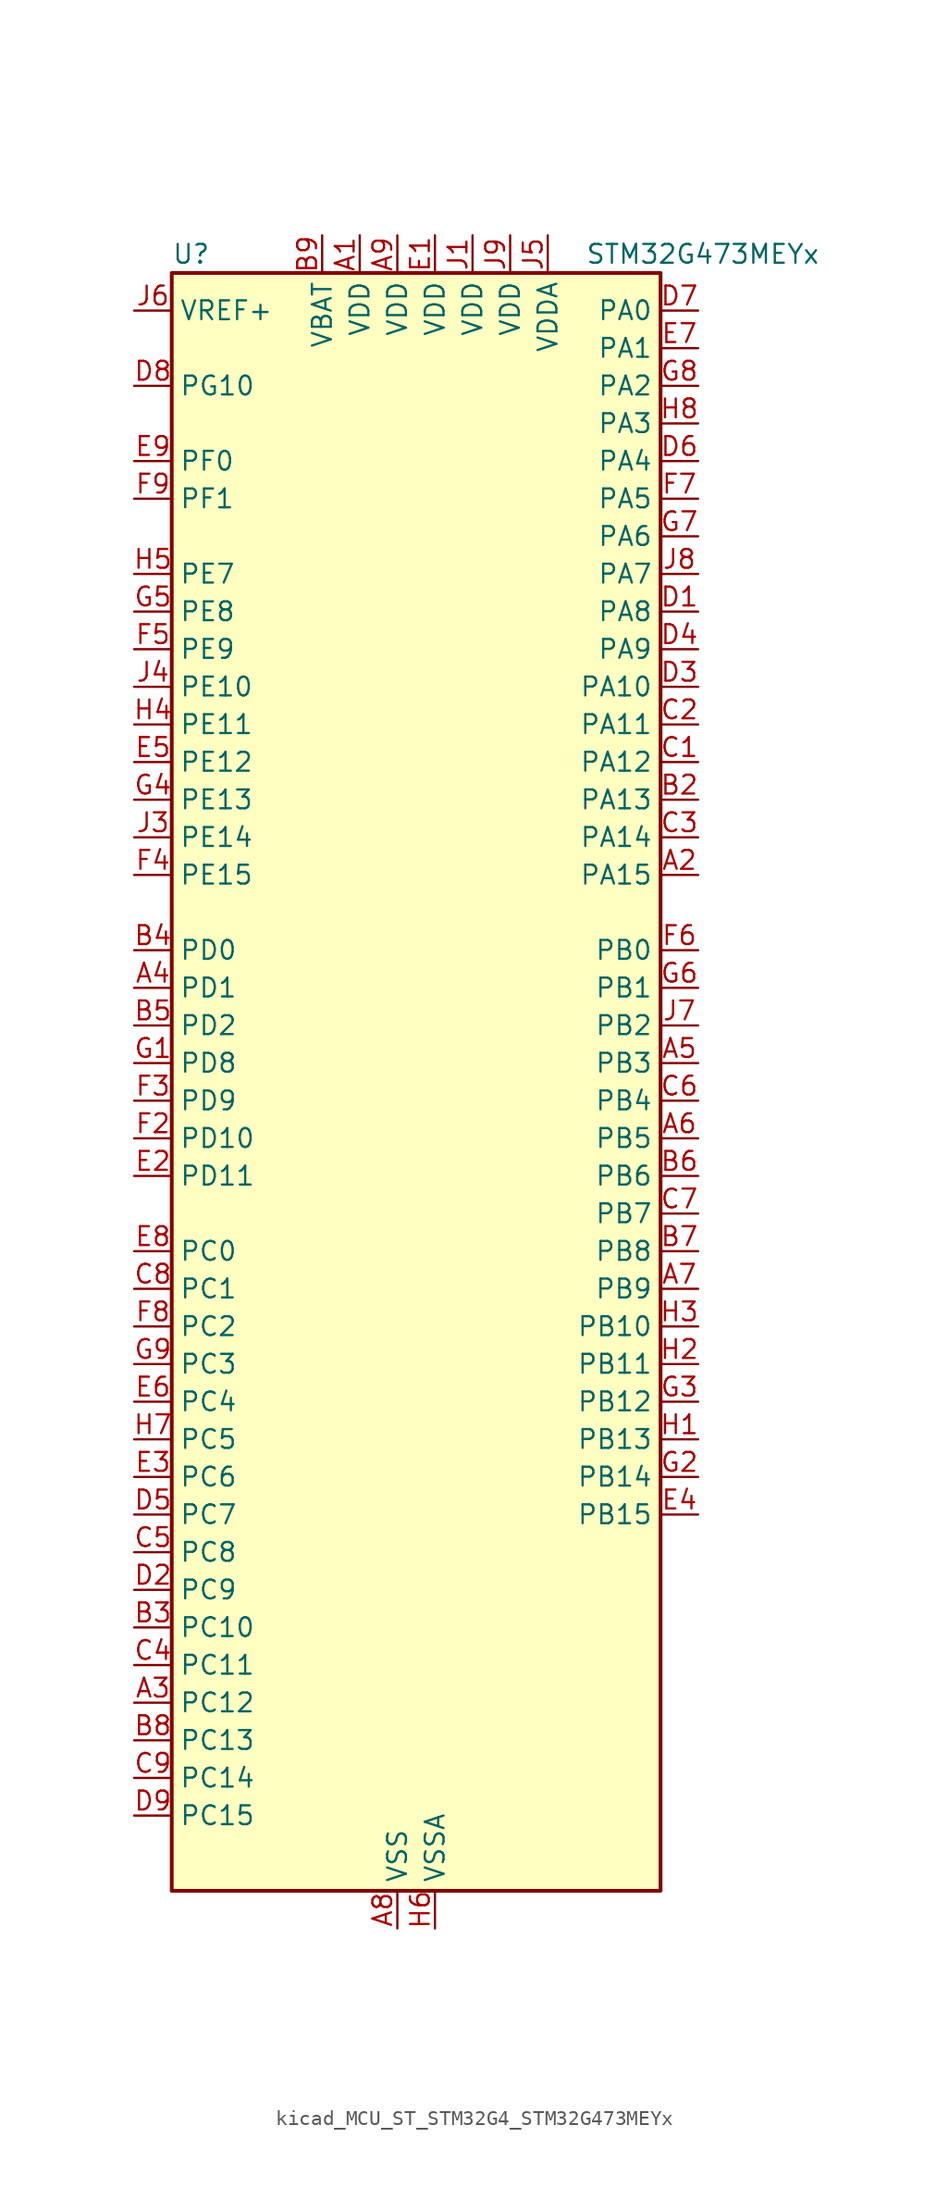
<source format=kicad_sym>
(kicad_symbol_lib
  (version 20220914)
  (generator kicad_symbol_editor)
  (symbol "kicad_MCU_ST_STM32G4_STM32G473MEYx"
    (property "Reference" "U"
      (at -15.24 57.15 0)
      (effects (font (size 1.27 1.27)) (justify left)))
    (property "Value" "STM32G473MEYx"
      (at 12.7 57.15 0)
      (effects (font (size 1.27 1.27)) (justify left)))
    (property "ki_locked" ""
      (at 0 0 0)
      (effects (font (size 1.27 1.27))))
    (symbol "kicad_MCU_ST_STM32G4_STM32G473MEYx_0_1"
      (rectangle (start -15.24 -53.34) (end 17.78 55.88) (stroke (width 0.254) (type default)) (fill (type background))))
    (symbol "kicad_MCU_ST_STM32G4_STM32G473MEYx_1_1"
      (pin power_in line (at -2.54 58.42 270) (length 2.54) (name "VDD" (effects (font (size 1.27 1.27)))) (number "A1" (effects (font (size 1.27 1.27)))))
      (pin bidirectional line (at 20.32 15.24 180) (length 2.54) (name "PA15" (effects (font (size 1.27 1.27)))) (number "A2" (effects (font (size 1.27 1.27)))) (alternate "ADC1_EXTI15" bidirectional line) (alternate "ADC2_EXTI15" bidirectional line) (alternate "FDCAN3_TX" bidirectional line) (alternate "I2C1_SCL" bidirectional line) (alternate "I2S3_WS" bidirectional line) (alternate "SPI1_NSS" bidirectional line) (alternate "SPI3_NSS" bidirectional line) (alternate "SYS_JTDI" bidirectional line) (alternate "TIM1_BKIN" bidirectional line) (alternate "TIM2_CH1" bidirectional line) (alternate "TIM2_ETR" bidirectional line) (alternate "TIM8_CH1" bidirectional line) (alternate "UART4_DE" bidirectional line) (alternate "UART4_RTS" bidirectional line) (alternate "USART2_RX" bidirectional line))
      (pin bidirectional line (at -17.78 -40.64 0) (length 2.54) (name "PC12" (effects (font (size 1.27 1.27)))) (number "A3" (effects (font (size 1.27 1.27)))) (alternate "I2S3_SD" bidirectional line) (alternate "SPI3_MOSI" bidirectional line) (alternate "TIM5_CH2" bidirectional line) (alternate "TIM8_CH3N" bidirectional line) (alternate "UART5_TX" bidirectional line) (alternate "UCPD1_FRSTX1" bidirectional line) (alternate "UCPD1_FRSTX2" bidirectional line) (alternate "USART3_CK" bidirectional line))
      (pin bidirectional line (at -17.78 7.62 0) (length 2.54) (name "PD1" (effects (font (size 1.27 1.27)))) (number "A4" (effects (font (size 1.27 1.27)))) (alternate "FDCAN1_TX" bidirectional line) (alternate "TIM8_BKIN2" bidirectional line) (alternate "TIM8_CH4" bidirectional line))
      (pin bidirectional line (at 20.32 2.54 180) (length 2.54) (name "PB3" (effects (font (size 1.27 1.27)))) (number "A5" (effects (font (size 1.27 1.27)))) (alternate "ADC3_EXTI3" bidirectional line) (alternate "ADC4_EXTI3" bidirectional line) (alternate "ADC5_EXTI3" bidirectional line) (alternate "CRS_SYNC" bidirectional line) (alternate "FDCAN3_RX" bidirectional line) (alternate "I2S3_CK" bidirectional line) (alternate "SAI1_SCK_B" bidirectional line) (alternate "SPI1_SCK" bidirectional line) (alternate "SPI3_SCK" bidirectional line) (alternate "SYS_JTDO-SWO" bidirectional line) (alternate "TIM2_CH2" bidirectional line) (alternate "TIM3_ETR" bidirectional line) (alternate "TIM4_ETR" bidirectional line) (alternate "TIM8_CH1N" bidirectional line) (alternate "USART2_TX" bidirectional line))
      (pin bidirectional line (at 20.32 -2.54 180) (length 2.54) (name "PB5" (effects (font (size 1.27 1.27)))) (number "A6" (effects (font (size 1.27 1.27)))) (alternate "FDCAN2_RX" bidirectional line) (alternate "I2C1_SMBA" bidirectional line) (alternate "I2C3_SDA" bidirectional line) (alternate "I2S3_SD" bidirectional line) (alternate "LPTIM1_IN1" bidirectional line) (alternate "SAI1_SD_B" bidirectional line) (alternate "SPI1_MOSI" bidirectional line) (alternate "SPI3_MOSI" bidirectional line) (alternate "TIM16_BKIN" bidirectional line) (alternate "TIM17_CH1" bidirectional line) (alternate "TIM3_CH2" bidirectional line) (alternate "TIM8_CH3N" bidirectional line) (alternate "UART5_CTS" bidirectional line) (alternate "USART2_CK" bidirectional line))
      (pin bidirectional line (at 20.32 -12.7 180) (length 2.54) (name "PB9" (effects (font (size 1.27 1.27)))) (number "A7" (effects (font (size 1.27 1.27)))) (alternate "COMP2_OUT" bidirectional line) (alternate "DAC1_EXTI9" bidirectional line) (alternate "DAC2_EXTI9" bidirectional line) (alternate "DAC3_EXTI9" bidirectional line) (alternate "DAC4_EXTI9" bidirectional line) (alternate "FDCAN1_TX" bidirectional line) (alternate "I2C1_SDA" bidirectional line) (alternate "IR_OUT" bidirectional line) (alternate "SAI1_D2" bidirectional line) (alternate "SAI1_FS_A" bidirectional line) (alternate "TIM17_CH1" bidirectional line) (alternate "TIM1_CH3N" bidirectional line) (alternate "TIM4_CH4" bidirectional line) (alternate "TIM8_CH3" bidirectional line) (alternate "USART3_TX" bidirectional line))
      (pin power_in line (at 0 -55.88 90) (length 2.54) (name "VSS" (effects (font (size 1.27 1.27)))) (number "A8" (effects (font (size 1.27 1.27)))))
      (pin power_in line (at 0 58.42 270) (length 2.54) (name "VDD" (effects (font (size 1.27 1.27)))) (number "A9" (effects (font (size 1.27 1.27)))))
      (pin passive line (at 0 -55.88 90) (length 2.54) hide (name "VSS" (effects (font (size 1.27 1.27)))) (number "B1" (effects (font (size 1.27 1.27)))))
      (pin bidirectional line (at 20.32 20.32 180) (length 2.54) (name "PA13" (effects (font (size 1.27 1.27)))) (number "B2" (effects (font (size 1.27 1.27)))) (alternate "I2C1_SCL" bidirectional line) (alternate "I2C4_SCL" bidirectional line) (alternate "IR_OUT" bidirectional line) (alternate "SAI1_SD_B" bidirectional line) (alternate "SYS_JTMS-SWDIO" bidirectional line) (alternate "TIM16_CH1N" bidirectional line) (alternate "TIM4_CH3" bidirectional line) (alternate "USART3_CTS" bidirectional line) (alternate "USART3_NSS" bidirectional line))
      (pin bidirectional line (at -17.78 -35.56 0) (length 2.54) (name "PC10" (effects (font (size 1.27 1.27)))) (number "B3" (effects (font (size 1.27 1.27)))) (alternate "DAC1_EXTI10" bidirectional line) (alternate "DAC2_EXTI10" bidirectional line) (alternate "DAC3_EXTI10" bidirectional line) (alternate "DAC4_EXTI10" bidirectional line) (alternate "I2S3_CK" bidirectional line) (alternate "SPI3_SCK" bidirectional line) (alternate "TIM8_CH1N" bidirectional line) (alternate "UART4_TX" bidirectional line) (alternate "USART3_TX" bidirectional line))
      (pin bidirectional line (at -17.78 10.16 0) (length 2.54) (name "PD0" (effects (font (size 1.27 1.27)))) (number "B4" (effects (font (size 1.27 1.27)))) (alternate "FDCAN1_RX" bidirectional line) (alternate "TIM8_CH4N" bidirectional line))
      (pin bidirectional line (at -17.78 5.08 0) (length 2.54) (name "PD2" (effects (font (size 1.27 1.27)))) (number "B5" (effects (font (size 1.27 1.27)))) (alternate "ADC3_EXTI2" bidirectional line) (alternate "ADC4_EXTI2" bidirectional line) (alternate "ADC5_EXTI2" bidirectional line) (alternate "TIM3_ETR" bidirectional line) (alternate "TIM8_BKIN" bidirectional line) (alternate "UART5_RX" bidirectional line))
      (pin bidirectional line (at 20.32 -5.08 180) (length 2.54) (name "PB6" (effects (font (size 1.27 1.27)))) (number "B6" (effects (font (size 1.27 1.27)))) (alternate "COMP4_OUT" bidirectional line) (alternate "FDCAN2_TX" bidirectional line) (alternate "LPTIM1_ETR" bidirectional line) (alternate "SAI1_FS_B" bidirectional line) (alternate "TIM16_CH1N" bidirectional line) (alternate "TIM4_CH1" bidirectional line) (alternate "TIM8_BKIN2" bidirectional line) (alternate "TIM8_CH1" bidirectional line) (alternate "TIM8_ETR" bidirectional line) (alternate "UCPD1_CC1" bidirectional line) (alternate "USART1_TX" bidirectional line))
      (pin bidirectional line (at 20.32 -10.16 180) (length 2.54) (name "PB8" (effects (font (size 1.27 1.27)))) (number "B7" (effects (font (size 1.27 1.27)))) (alternate "COMP1_OUT" bidirectional line) (alternate "FDCAN1_RX" bidirectional line) (alternate "I2C1_SCL" bidirectional line) (alternate "SAI1_CK1" bidirectional line) (alternate "SAI1_MCLK_A" bidirectional line) (alternate "TIM16_CH1" bidirectional line) (alternate "TIM1_BKIN" bidirectional line) (alternate "TIM4_CH3" bidirectional line) (alternate "TIM8_CH2" bidirectional line) (alternate "USART3_RX" bidirectional line))
      (pin bidirectional line (at -17.78 -43.18 0) (length 2.54) (name "PC13" (effects (font (size 1.27 1.27)))) (number "B8" (effects (font (size 1.27 1.27)))) (alternate "RTC_OUT1" bidirectional line) (alternate "RTC_TAMP1" bidirectional line) (alternate "RTC_TS" bidirectional line) (alternate "SYS_WKUP2" bidirectional line) (alternate "TIM1_BKIN" bidirectional line) (alternate "TIM1_CH1N" bidirectional line) (alternate "TIM8_CH4N" bidirectional line))
      (pin power_in line (at -5.08 58.42 270) (length 2.54) (name "VBAT" (effects (font (size 1.27 1.27)))) (number "B9" (effects (font (size 1.27 1.27)))))
      (pin bidirectional line (at 20.32 22.86 180) (length 2.54) (name "PA12" (effects (font (size 1.27 1.27)))) (number "C1" (effects (font (size 1.27 1.27)))) (alternate "COMP2_OUT" bidirectional line) (alternate "FDCAN1_TX" bidirectional line) (alternate "I2S_CKIN" bidirectional line) (alternate "TIM16_CH1" bidirectional line) (alternate "TIM1_CH2N" bidirectional line) (alternate "TIM1_ETR" bidirectional line) (alternate "TIM4_CH2" bidirectional line) (alternate "USART1_DE" bidirectional line) (alternate "USART1_RTS" bidirectional line) (alternate "USB_DP" bidirectional line))
      (pin bidirectional line (at 20.32 25.4 180) (length 2.54) (name "PA11" (effects (font (size 1.27 1.27)))) (number "C2" (effects (font (size 1.27 1.27)))) (alternate "ADC1_EXTI11" bidirectional line) (alternate "ADC2_EXTI11" bidirectional line) (alternate "COMP1_OUT" bidirectional line) (alternate "FDCAN1_RX" bidirectional line) (alternate "I2S2_SD" bidirectional line) (alternate "SPI2_MOSI" bidirectional line) (alternate "TIM1_BKIN2" bidirectional line) (alternate "TIM1_CH1N" bidirectional line) (alternate "TIM1_CH4" bidirectional line) (alternate "TIM4_CH1" bidirectional line) (alternate "USART1_CTS" bidirectional line) (alternate "USART1_NSS" bidirectional line) (alternate "USB_DM" bidirectional line))
      (pin bidirectional line (at 20.32 17.78 180) (length 2.54) (name "PA14" (effects (font (size 1.27 1.27)))) (number "C3" (effects (font (size 1.27 1.27)))) (alternate "I2C1_SDA" bidirectional line) (alternate "I2C4_SMBA" bidirectional line) (alternate "LPTIM1_OUT" bidirectional line) (alternate "SAI1_FS_B" bidirectional line) (alternate "SYS_JTCK-SWCLK" bidirectional line) (alternate "TIM1_BKIN" bidirectional line) (alternate "TIM8_CH2" bidirectional line) (alternate "USART2_TX" bidirectional line))
      (pin bidirectional line (at -17.78 -38.1 0) (length 2.54) (name "PC11" (effects (font (size 1.27 1.27)))) (number "C4" (effects (font (size 1.27 1.27)))) (alternate "ADC1_EXTI11" bidirectional line) (alternate "ADC2_EXTI11" bidirectional line) (alternate "I2C3_SDA" bidirectional line) (alternate "SPI3_MISO" bidirectional line) (alternate "TIM8_CH2N" bidirectional line) (alternate "UART4_RX" bidirectional line) (alternate "USART3_RX" bidirectional line))
      (pin bidirectional line (at -17.78 -30.48 0) (length 2.54) (name "PC8" (effects (font (size 1.27 1.27)))) (number "C5" (effects (font (size 1.27 1.27)))) (alternate "COMP7_OUT" bidirectional line) (alternate "I2C3_SCL" bidirectional line) (alternate "TIM20_CH3" bidirectional line) (alternate "TIM3_CH3" bidirectional line) (alternate "TIM8_CH3" bidirectional line))
      (pin bidirectional line (at 20.32 0 180) (length 2.54) (name "PB4" (effects (font (size 1.27 1.27)))) (number "C6" (effects (font (size 1.27 1.27)))) (alternate "FDCAN3_TX" bidirectional line) (alternate "SAI1_MCLK_B" bidirectional line) (alternate "SPI1_MISO" bidirectional line) (alternate "SPI3_MISO" bidirectional line) (alternate "SYS_JTRST" bidirectional line) (alternate "TIM16_CH1" bidirectional line) (alternate "TIM17_BKIN" bidirectional line) (alternate "TIM3_CH1" bidirectional line) (alternate "TIM8_CH2N" bidirectional line) (alternate "UART5_DE" bidirectional line) (alternate "UART5_RTS" bidirectional line) (alternate "UCPD1_CC2" bidirectional line) (alternate "USART2_RX" bidirectional line))
      (pin bidirectional line (at 20.32 -7.62 180) (length 2.54) (name "PB7" (effects (font (size 1.27 1.27)))) (number "C7" (effects (font (size 1.27 1.27)))) (alternate "COMP3_OUT" bidirectional line) (alternate "I2C1_SDA" bidirectional line) (alternate "I2C4_SDA" bidirectional line) (alternate "LPTIM1_IN2" bidirectional line) (alternate "SYS_PVD_IN" bidirectional line) (alternate "TIM17_CH1N" bidirectional line) (alternate "TIM3_CH4" bidirectional line) (alternate "TIM4_CH2" bidirectional line) (alternate "TIM8_BKIN" bidirectional line) (alternate "UART4_CTS" bidirectional line) (alternate "USART1_RX" bidirectional line))
      (pin bidirectional line (at -17.78 -12.7 0) (length 2.54) (name "PC1" (effects (font (size 1.27 1.27)))) (number "C8" (effects (font (size 1.27 1.27)))) (alternate "ADC1_IN7" bidirectional line) (alternate "ADC2_IN7" bidirectional line) (alternate "COMP3_INP" bidirectional line) (alternate "LPTIM1_OUT" bidirectional line) (alternate "LPUART1_TX" bidirectional line) (alternate "QUADSPI1_BK2_IO0" bidirectional line) (alternate "SAI1_SD_A" bidirectional line) (alternate "TIM1_CH2" bidirectional line))
      (pin bidirectional line (at -17.78 -45.72 0) (length 2.54) (name "PC14" (effects (font (size 1.27 1.27)))) (number "C9" (effects (font (size 1.27 1.27)))) (alternate "RCC_OSC32_IN" bidirectional line))
      (pin bidirectional line (at 20.32 33.02 180) (length 2.54) (name "PA8" (effects (font (size 1.27 1.27)))) (number "D1" (effects (font (size 1.27 1.27)))) (alternate "ADC5_IN1" bidirectional line) (alternate "COMP7_OUT" bidirectional line) (alternate "FDCAN3_RX" bidirectional line) (alternate "I2C2_SDA" bidirectional line) (alternate "I2C3_SCL" bidirectional line) (alternate "I2S2_MCK" bidirectional line) (alternate "OPAMP5_VOUT" bidirectional line) (alternate "RCC_MCO" bidirectional line) (alternate "SAI1_CK2" bidirectional line) (alternate "SAI1_SCK_A" bidirectional line) (alternate "TIM1_CH1" bidirectional line) (alternate "TIM4_ETR" bidirectional line) (alternate "USART1_CK" bidirectional line))
      (pin bidirectional line (at -17.78 -33.02 0) (length 2.54) (name "PC9" (effects (font (size 1.27 1.27)))) (number "D2" (effects (font (size 1.27 1.27)))) (alternate "DAC1_EXTI9" bidirectional line) (alternate "DAC2_EXTI9" bidirectional line) (alternate "DAC3_EXTI9" bidirectional line) (alternate "DAC4_EXTI9" bidirectional line) (alternate "I2C3_SDA" bidirectional line) (alternate "I2S_CKIN" bidirectional line) (alternate "TIM3_CH4" bidirectional line) (alternate "TIM8_BKIN2" bidirectional line) (alternate "TIM8_CH4" bidirectional line))
      (pin bidirectional line (at 20.32 27.94 180) (length 2.54) (name "PA10" (effects (font (size 1.27 1.27)))) (number "D3" (effects (font (size 1.27 1.27)))) (alternate "COMP6_OUT" bidirectional line) (alternate "CRS_SYNC" bidirectional line) (alternate "DAC1_EXTI10" bidirectional line) (alternate "DAC2_EXTI10" bidirectional line) (alternate "DAC3_EXTI10" bidirectional line) (alternate "DAC4_EXTI10" bidirectional line) (alternate "I2C2_SMBA" bidirectional line) (alternate "SAI1_D1" bidirectional line) (alternate "SAI1_SD_A" bidirectional line) (alternate "SPI2_MISO" bidirectional line) (alternate "TIM17_BKIN" bidirectional line) (alternate "TIM1_CH3" bidirectional line) (alternate "TIM2_CH4" bidirectional line) (alternate "TIM8_BKIN" bidirectional line) (alternate "UCPD1_DBCC2" bidirectional line) (alternate "USART1_RX" bidirectional line))
      (pin bidirectional line (at 20.32 30.48 180) (length 2.54) (name "PA9" (effects (font (size 1.27 1.27)))) (number "D4" (effects (font (size 1.27 1.27)))) (alternate "ADC5_IN2" bidirectional line) (alternate "COMP5_OUT" bidirectional line) (alternate "DAC1_EXTI9" bidirectional line) (alternate "DAC2_EXTI9" bidirectional line) (alternate "DAC3_EXTI9" bidirectional line) (alternate "DAC4_EXTI9" bidirectional line) (alternate "I2C2_SCL" bidirectional line) (alternate "I2C3_SMBA" bidirectional line) (alternate "I2S3_MCK" bidirectional line) (alternate "SAI1_FS_A" bidirectional line) (alternate "TIM15_BKIN" bidirectional line) (alternate "TIM1_CH2" bidirectional line) (alternate "TIM2_CH3" bidirectional line) (alternate "UCPD1_DBCC1" bidirectional line) (alternate "USART1_TX" bidirectional line))
      (pin bidirectional line (at -17.78 -27.94 0) (length 2.54) (name "PC7" (effects (font (size 1.27 1.27)))) (number "D5" (effects (font (size 1.27 1.27)))) (alternate "COMP5_OUT" bidirectional line) (alternate "I2C4_SDA" bidirectional line) (alternate "I2S3_MCK" bidirectional line) (alternate "TIM3_CH2" bidirectional line) (alternate "TIM8_CH2" bidirectional line))
      (pin bidirectional line (at 20.32 43.18 180) (length 2.54) (name "PA4" (effects (font (size 1.27 1.27)))) (number "D6" (effects (font (size 1.27 1.27)))) (alternate "ADC2_IN17" bidirectional line) (alternate "COMP1_INM" bidirectional line) (alternate "DAC1_OUT1" bidirectional line) (alternate "I2S3_WS" bidirectional line) (alternate "SAI1_FS_B" bidirectional line) (alternate "SPI1_NSS" bidirectional line) (alternate "SPI3_NSS" bidirectional line) (alternate "TIM3_CH2" bidirectional line) (alternate "USART2_CK" bidirectional line))
      (pin bidirectional line (at 20.32 53.34 180) (length 2.54) (name "PA0" (effects (font (size 1.27 1.27)))) (number "D7" (effects (font (size 1.27 1.27)))) (alternate "ADC1_IN1" bidirectional line) (alternate "ADC2_IN1" bidirectional line) (alternate "COMP1_INM" bidirectional line) (alternate "COMP1_OUT" bidirectional line) (alternate "COMP3_INP" bidirectional line) (alternate "RTC_TAMP2" bidirectional line) (alternate "SYS_WKUP1" bidirectional line) (alternate "TIM2_CH1" bidirectional line) (alternate "TIM2_ETR" bidirectional line) (alternate "TIM5_CH1" bidirectional line) (alternate "TIM8_BKIN" bidirectional line) (alternate "TIM8_ETR" bidirectional line) (alternate "USART2_CTS" bidirectional line) (alternate "USART2_NSS" bidirectional line))
      (pin bidirectional line (at -17.78 48.26 0) (length 2.54) (name "PG10" (effects (font (size 1.27 1.27)))) (number "D8" (effects (font (size 1.27 1.27)))) (alternate "DAC1_EXTI10" bidirectional line) (alternate "DAC2_EXTI10" bidirectional line) (alternate "DAC3_EXTI10" bidirectional line) (alternate "DAC4_EXTI10" bidirectional line) (alternate "RCC_MCO" bidirectional line))
      (pin bidirectional line (at -17.78 -48.26 0) (length 2.54) (name "PC15" (effects (font (size 1.27 1.27)))) (number "D9" (effects (font (size 1.27 1.27)))) (alternate "ADC1_EXTI15" bidirectional line) (alternate "ADC2_EXTI15" bidirectional line) (alternate "RCC_OSC32_OUT" bidirectional line))
      (pin power_in line (at 2.54 58.42 270) (length 2.54) (name "VDD" (effects (font (size 1.27 1.27)))) (number "E1" (effects (font (size 1.27 1.27)))))
      (pin bidirectional line (at -17.78 -5.08 0) (length 2.54) (name "PD11" (effects (font (size 1.27 1.27)))) (number "E2" (effects (font (size 1.27 1.27)))) (alternate "ADC1_EXTI11" bidirectional line) (alternate "ADC2_EXTI11" bidirectional line) (alternate "ADC3_IN8" bidirectional line) (alternate "ADC4_IN8" bidirectional line) (alternate "ADC5_IN8" bidirectional line) (alternate "COMP6_INP" bidirectional line) (alternate "I2C4_SMBA" bidirectional line) (alternate "OPAMP4_VINP" bidirectional line) (alternate "OPAMP4_VINP_SEC" bidirectional line) (alternate "TIM5_ETR" bidirectional line) (alternate "USART3_CTS" bidirectional line) (alternate "USART3_NSS" bidirectional line))
      (pin bidirectional line (at -17.78 -25.4 0) (length 2.54) (name "PC6" (effects (font (size 1.27 1.27)))) (number "E3" (effects (font (size 1.27 1.27)))) (alternate "COMP6_OUT" bidirectional line) (alternate "I2C4_SCL" bidirectional line) (alternate "I2S2_MCK" bidirectional line) (alternate "TIM3_CH1" bidirectional line) (alternate "TIM8_CH1" bidirectional line))
      (pin bidirectional line (at 20.32 -27.94 180) (length 2.54) (name "PB15" (effects (font (size 1.27 1.27)))) (number "E4" (effects (font (size 1.27 1.27)))) (alternate "ADC1_EXTI15" bidirectional line) (alternate "ADC2_EXTI15" bidirectional line) (alternate "ADC2_IN15" bidirectional line) (alternate "ADC4_IN5" bidirectional line) (alternate "COMP3_OUT" bidirectional line) (alternate "COMP6_INM" bidirectional line) (alternate "I2S2_SD" bidirectional line) (alternate "OPAMP5_VINM" bidirectional line) (alternate "OPAMP5_VINM0" bidirectional line) (alternate "OPAMP5_VINM_SEC" bidirectional line) (alternate "RTC_REFIN" bidirectional line) (alternate "SPI2_MOSI" bidirectional line) (alternate "TIM15_CH1N" bidirectional line) (alternate "TIM15_CH2" bidirectional line) (alternate "TIM1_CH3N" bidirectional line))
      (pin bidirectional line (at -17.78 22.86 0) (length 2.54) (name "PE12" (effects (font (size 1.27 1.27)))) (number "E5" (effects (font (size 1.27 1.27)))) (alternate "ADC3_IN16" bidirectional line) (alternate "ADC4_IN16" bidirectional line) (alternate "ADC5_IN16" bidirectional line) (alternate "QUADSPI1_BK1_IO0" bidirectional line) (alternate "SPI4_SCK" bidirectional line) (alternate "TIM1_CH3N" bidirectional line))
      (pin bidirectional line (at -17.78 -20.32 0) (length 2.54) (name "PC4" (effects (font (size 1.27 1.27)))) (number "E6" (effects (font (size 1.27 1.27)))) (alternate "ADC2_IN5" bidirectional line) (alternate "I2C2_SCL" bidirectional line) (alternate "QUADSPI1_BK2_IO3" bidirectional line) (alternate "TIM1_ETR" bidirectional line) (alternate "USART1_TX" bidirectional line))
      (pin bidirectional line (at 20.32 50.8 180) (length 2.54) (name "PA1" (effects (font (size 1.27 1.27)))) (number "E7" (effects (font (size 1.27 1.27)))) (alternate "ADC1_IN2" bidirectional line) (alternate "ADC2_IN2" bidirectional line) (alternate "COMP1_INP" bidirectional line) (alternate "OPAMP1_VINP" bidirectional line) (alternate "OPAMP1_VINP_SEC" bidirectional line) (alternate "OPAMP3_VINP" bidirectional line) (alternate "OPAMP3_VINP_SEC" bidirectional line) (alternate "OPAMP6_VINM" bidirectional line) (alternate "OPAMP6_VINM0" bidirectional line) (alternate "OPAMP6_VINM_SEC" bidirectional line) (alternate "RTC_REFIN" bidirectional line) (alternate "TIM15_CH1N" bidirectional line) (alternate "TIM2_CH2" bidirectional line) (alternate "TIM5_CH2" bidirectional line) (alternate "USART2_DE" bidirectional line) (alternate "USART2_RTS" bidirectional line))
      (pin bidirectional line (at -17.78 -10.16 0) (length 2.54) (name "PC0" (effects (font (size 1.27 1.27)))) (number "E8" (effects (font (size 1.27 1.27)))) (alternate "ADC1_IN6" bidirectional line) (alternate "ADC2_IN6" bidirectional line) (alternate "COMP3_INM" bidirectional line) (alternate "LPTIM1_IN1" bidirectional line) (alternate "LPUART1_RX" bidirectional line) (alternate "TIM1_CH1" bidirectional line))
      (pin bidirectional line (at -17.78 43.18 0) (length 2.54) (name "PF0" (effects (font (size 1.27 1.27)))) (number "E9" (effects (font (size 1.27 1.27)))) (alternate "ADC1_IN10" bidirectional line) (alternate "I2C2_SDA" bidirectional line) (alternate "I2S2_WS" bidirectional line) (alternate "RCC_OSC_IN" bidirectional line) (alternate "SPI2_NSS" bidirectional line) (alternate "TIM1_CH3N" bidirectional line))
      (pin passive line (at 0 -55.88 90) (length 2.54) hide (name "VSS" (effects (font (size 1.27 1.27)))) (number "F1" (effects (font (size 1.27 1.27)))))
      (pin bidirectional line (at -17.78 -2.54 0) (length 2.54) (name "PD10" (effects (font (size 1.27 1.27)))) (number "F2" (effects (font (size 1.27 1.27)))) (alternate "ADC3_IN7" bidirectional line) (alternate "ADC4_IN7" bidirectional line) (alternate "ADC5_IN7" bidirectional line) (alternate "COMP6_INM" bidirectional line) (alternate "DAC1_EXTI10" bidirectional line) (alternate "DAC2_EXTI10" bidirectional line) (alternate "DAC3_EXTI10" bidirectional line) (alternate "DAC4_EXTI10" bidirectional line) (alternate "USART3_CK" bidirectional line))
      (pin bidirectional line (at -17.78 0 0) (length 2.54) (name "PD9" (effects (font (size 1.27 1.27)))) (number "F3" (effects (font (size 1.27 1.27)))) (alternate "ADC4_IN13" bidirectional line) (alternate "ADC5_IN13" bidirectional line) (alternate "DAC1_EXTI9" bidirectional line) (alternate "DAC2_EXTI9" bidirectional line) (alternate "DAC3_EXTI9" bidirectional line) (alternate "DAC4_EXTI9" bidirectional line) (alternate "OPAMP6_VINP" bidirectional line) (alternate "OPAMP6_VINP_SEC" bidirectional line) (alternate "USART3_RX" bidirectional line))
      (pin bidirectional line (at -17.78 15.24 0) (length 2.54) (name "PE15" (effects (font (size 1.27 1.27)))) (number "F4" (effects (font (size 1.27 1.27)))) (alternate "ADC1_EXTI15" bidirectional line) (alternate "ADC2_EXTI15" bidirectional line) (alternate "ADC4_IN2" bidirectional line) (alternate "QUADSPI1_BK1_IO3" bidirectional line) (alternate "TIM1_BKIN" bidirectional line) (alternate "TIM1_CH4N" bidirectional line) (alternate "USART3_RX" bidirectional line))
      (pin bidirectional line (at -17.78 30.48 0) (length 2.54) (name "PE9" (effects (font (size 1.27 1.27)))) (number "F5" (effects (font (size 1.27 1.27)))) (alternate "ADC3_IN2" bidirectional line) (alternate "DAC1_EXTI9" bidirectional line) (alternate "DAC2_EXTI9" bidirectional line) (alternate "DAC3_EXTI9" bidirectional line) (alternate "DAC4_EXTI9" bidirectional line) (alternate "SAI1_FS_B" bidirectional line) (alternate "TIM1_CH1" bidirectional line) (alternate "TIM5_CH4" bidirectional line))
      (pin bidirectional line (at 20.32 10.16 180) (length 2.54) (name "PB0" (effects (font (size 1.27 1.27)))) (number "F6" (effects (font (size 1.27 1.27)))) (alternate "ADC1_IN15" bidirectional line) (alternate "ADC3_IN12" bidirectional line) (alternate "COMP4_INP" bidirectional line) (alternate "OPAMP2_VINP" bidirectional line) (alternate "OPAMP2_VINP_SEC" bidirectional line) (alternate "OPAMP3_VINP" bidirectional line) (alternate "OPAMP3_VINP_SEC" bidirectional line) (alternate "QUADSPI1_BK1_IO1" bidirectional line) (alternate "TIM1_CH2N" bidirectional line) (alternate "TIM3_CH3" bidirectional line) (alternate "TIM8_CH2N" bidirectional line) (alternate "UCPD1_FRSTX1" bidirectional line) (alternate "UCPD1_FRSTX2" bidirectional line))
      (pin bidirectional line (at 20.32 40.64 180) (length 2.54) (name "PA5" (effects (font (size 1.27 1.27)))) (number "F7" (effects (font (size 1.27 1.27)))) (alternate "ADC2_IN13" bidirectional line) (alternate "COMP2_INM" bidirectional line) (alternate "DAC1_OUT2" bidirectional line) (alternate "OPAMP2_VINM" bidirectional line) (alternate "OPAMP2_VINM0" bidirectional line) (alternate "OPAMP2_VINM_SEC" bidirectional line) (alternate "SPI1_SCK" bidirectional line) (alternate "TIM2_CH1" bidirectional line) (alternate "TIM2_ETR" bidirectional line) (alternate "UCPD1_FRSTX1" bidirectional line) (alternate "UCPD1_FRSTX2" bidirectional line))
      (pin bidirectional line (at -17.78 -15.24 0) (length 2.54) (name "PC2" (effects (font (size 1.27 1.27)))) (number "F8" (effects (font (size 1.27 1.27)))) (alternate "ADC1_IN8" bidirectional line) (alternate "ADC2_IN8" bidirectional line) (alternate "ADC3_EXTI2" bidirectional line) (alternate "ADC4_EXTI2" bidirectional line) (alternate "ADC5_EXTI2" bidirectional line) (alternate "COMP3_OUT" bidirectional line) (alternate "LPTIM1_IN2" bidirectional line) (alternate "QUADSPI1_BK2_IO1" bidirectional line) (alternate "TIM1_CH3" bidirectional line) (alternate "TIM20_CH2" bidirectional line))
      (pin bidirectional line (at -17.78 40.64 0) (length 2.54) (name "PF1" (effects (font (size 1.27 1.27)))) (number "F9" (effects (font (size 1.27 1.27)))) (alternate "ADC2_IN10" bidirectional line) (alternate "COMP3_INM" bidirectional line) (alternate "I2S2_CK" bidirectional line) (alternate "RCC_OSC_OUT" bidirectional line) (alternate "SPI2_SCK" bidirectional line))
      (pin bidirectional line (at -17.78 2.54 0) (length 2.54) (name "PD8" (effects (font (size 1.27 1.27)))) (number "G1" (effects (font (size 1.27 1.27)))) (alternate "ADC4_IN12" bidirectional line) (alternate "ADC5_IN12" bidirectional line) (alternate "OPAMP4_VINM" bidirectional line) (alternate "OPAMP4_VINM1" bidirectional line) (alternate "OPAMP4_VINM_SEC" bidirectional line) (alternate "USART3_TX" bidirectional line))
      (pin bidirectional line (at 20.32 -25.4 180) (length 2.54) (name "PB14" (effects (font (size 1.27 1.27)))) (number "G2" (effects (font (size 1.27 1.27)))) (alternate "ADC1_IN5" bidirectional line) (alternate "ADC4_IN4" bidirectional line) (alternate "COMP4_OUT" bidirectional line) (alternate "COMP7_INP" bidirectional line) (alternate "OPAMP2_VINP" bidirectional line) (alternate "OPAMP2_VINP_SEC" bidirectional line) (alternate "OPAMP5_VINP" bidirectional line) (alternate "OPAMP5_VINP_SEC" bidirectional line) (alternate "SPI2_MISO" bidirectional line) (alternate "TIM15_CH1" bidirectional line) (alternate "TIM1_CH2N" bidirectional line) (alternate "USART3_DE" bidirectional line) (alternate "USART3_RTS" bidirectional line))
      (pin bidirectional line (at 20.32 -20.32 180) (length 2.54) (name "PB12" (effects (font (size 1.27 1.27)))) (number "G3" (effects (font (size 1.27 1.27)))) (alternate "ADC1_IN11" bidirectional line) (alternate "ADC4_IN3" bidirectional line) (alternate "COMP7_INM" bidirectional line) (alternate "FDCAN2_RX" bidirectional line) (alternate "I2C2_SMBA" bidirectional line) (alternate "I2S2_WS" bidirectional line) (alternate "LPUART1_DE" bidirectional line) (alternate "LPUART1_RTS" bidirectional line) (alternate "OPAMP4_VOUT" bidirectional line) (alternate "OPAMP6_VINP" bidirectional line) (alternate "OPAMP6_VINP_SEC" bidirectional line) (alternate "SPI2_NSS" bidirectional line) (alternate "TIM1_BKIN" bidirectional line) (alternate "TIM5_ETR" bidirectional line) (alternate "USART3_CK" bidirectional line))
      (pin bidirectional line (at -17.78 20.32 0) (length 2.54) (name "PE13" (effects (font (size 1.27 1.27)))) (number "G4" (effects (font (size 1.27 1.27)))) (alternate "ADC3_IN3" bidirectional line) (alternate "QUADSPI1_BK1_IO1" bidirectional line) (alternate "SPI4_MISO" bidirectional line) (alternate "TIM1_CH3" bidirectional line))
      (pin bidirectional line (at -17.78 33.02 0) (length 2.54) (name "PE8" (effects (font (size 1.27 1.27)))) (number "G5" (effects (font (size 1.27 1.27)))) (alternate "ADC3_IN6" bidirectional line) (alternate "ADC4_IN6" bidirectional line) (alternate "ADC5_IN6" bidirectional line) (alternate "COMP4_INM" bidirectional line) (alternate "SAI1_SCK_B" bidirectional line) (alternate "TIM1_CH1N" bidirectional line) (alternate "TIM5_CH3" bidirectional line))
      (pin bidirectional line (at 20.32 7.62 180) (length 2.54) (name "PB1" (effects (font (size 1.27 1.27)))) (number "G6" (effects (font (size 1.27 1.27)))) (alternate "ADC1_IN12" bidirectional line) (alternate "ADC3_IN1" bidirectional line) (alternate "COMP1_INP" bidirectional line) (alternate "COMP4_OUT" bidirectional line) (alternate "LPUART1_DE" bidirectional line) (alternate "LPUART1_RTS" bidirectional line) (alternate "OPAMP3_VOUT" bidirectional line) (alternate "OPAMP6_VINM" bidirectional line) (alternate "OPAMP6_VINM1" bidirectional line) (alternate "OPAMP6_VINM_SEC" bidirectional line) (alternate "QUADSPI1_BK1_IO0" bidirectional line) (alternate "TIM1_CH3N" bidirectional line) (alternate "TIM3_CH4" bidirectional line) (alternate "TIM8_CH3N" bidirectional line))
      (pin bidirectional line (at 20.32 38.1 180) (length 2.54) (name "PA6" (effects (font (size 1.27 1.27)))) (number "G7" (effects (font (size 1.27 1.27)))) (alternate "ADC2_IN3" bidirectional line) (alternate "COMP1_OUT" bidirectional line) (alternate "DAC2_OUT1" bidirectional line) (alternate "LPUART1_CTS" bidirectional line) (alternate "OPAMP2_VOUT" bidirectional line) (alternate "QUADSPI1_BK1_IO3" bidirectional line) (alternate "SPI1_MISO" bidirectional line) (alternate "TIM16_CH1" bidirectional line) (alternate "TIM1_BKIN" bidirectional line) (alternate "TIM3_CH1" bidirectional line) (alternate "TIM8_BKIN" bidirectional line))
      (pin bidirectional line (at 20.32 48.26 180) (length 2.54) (name "PA2" (effects (font (size 1.27 1.27)))) (number "G8" (effects (font (size 1.27 1.27)))) (alternate "ADC1_IN3" bidirectional line) (alternate "ADC3_EXTI2" bidirectional line) (alternate "ADC4_EXTI2" bidirectional line) (alternate "ADC5_EXTI2" bidirectional line) (alternate "COMP2_INM" bidirectional line) (alternate "COMP2_OUT" bidirectional line) (alternate "LPUART1_TX" bidirectional line) (alternate "OPAMP1_VOUT" bidirectional line) (alternate "QUADSPI1_BK1_NCS" bidirectional line) (alternate "RCC_LSCO" bidirectional line) (alternate "SYS_WKUP4" bidirectional line) (alternate "TIM15_CH1" bidirectional line) (alternate "TIM2_CH3" bidirectional line) (alternate "TIM5_CH3" bidirectional line) (alternate "UCPD1_FRSTX1" bidirectional line) (alternate "UCPD1_FRSTX2" bidirectional line) (alternate "USART2_TX" bidirectional line))
      (pin bidirectional line (at -17.78 -17.78 0) (length 2.54) (name "PC3" (effects (font (size 1.27 1.27)))) (number "G9" (effects (font (size 1.27 1.27)))) (alternate "ADC1_IN9" bidirectional line) (alternate "ADC2_IN9" bidirectional line) (alternate "ADC3_EXTI3" bidirectional line) (alternate "ADC4_EXTI3" bidirectional line) (alternate "ADC5_EXTI3" bidirectional line) (alternate "LPTIM1_ETR" bidirectional line) (alternate "OPAMP5_VINP" bidirectional line) (alternate "OPAMP5_VINP_SEC" bidirectional line) (alternate "QUADSPI1_BK2_IO2" bidirectional line) (alternate "SAI1_D1" bidirectional line) (alternate "SAI1_SD_A" bidirectional line) (alternate "TIM1_BKIN2" bidirectional line) (alternate "TIM1_CH4" bidirectional line))
      (pin bidirectional line (at 20.32 -22.86 180) (length 2.54) (name "PB13" (effects (font (size 1.27 1.27)))) (number "H1" (effects (font (size 1.27 1.27)))) (alternate "ADC3_IN5" bidirectional line) (alternate "COMP5_INP" bidirectional line) (alternate "FDCAN2_TX" bidirectional line) (alternate "I2S2_CK" bidirectional line) (alternate "LPUART1_CTS" bidirectional line) (alternate "OPAMP3_VINP" bidirectional line) (alternate "OPAMP3_VINP_SEC" bidirectional line) (alternate "OPAMP4_VINP" bidirectional line) (alternate "OPAMP4_VINP_SEC" bidirectional line) (alternate "OPAMP6_VINP" bidirectional line) (alternate "OPAMP6_VINP_SEC" bidirectional line) (alternate "SPI2_SCK" bidirectional line) (alternate "TIM1_CH1N" bidirectional line) (alternate "USART3_CTS" bidirectional line) (alternate "USART3_NSS" bidirectional line))
      (pin bidirectional line (at 20.32 -17.78 180) (length 2.54) (name "PB11" (effects (font (size 1.27 1.27)))) (number "H2" (effects (font (size 1.27 1.27)))) (alternate "ADC1_EXTI11" bidirectional line) (alternate "ADC1_IN14" bidirectional line) (alternate "ADC2_EXTI11" bidirectional line) (alternate "ADC2_IN14" bidirectional line) (alternate "COMP6_INP" bidirectional line) (alternate "LPUART1_TX" bidirectional line) (alternate "OPAMP4_VINP" bidirectional line) (alternate "OPAMP4_VINP_SEC" bidirectional line) (alternate "OPAMP6_VOUT" bidirectional line) (alternate "QUADSPI1_BK1_NCS" bidirectional line) (alternate "TIM2_CH4" bidirectional line) (alternate "USART3_RX" bidirectional line))
      (pin bidirectional line (at 20.32 -15.24 180) (length 2.54) (name "PB10" (effects (font (size 1.27 1.27)))) (number "H3" (effects (font (size 1.27 1.27)))) (alternate "COMP5_INM" bidirectional line) (alternate "DAC1_EXTI10" bidirectional line) (alternate "DAC2_EXTI10" bidirectional line) (alternate "DAC3_EXTI10" bidirectional line) (alternate "DAC4_EXTI10" bidirectional line) (alternate "LPUART1_RX" bidirectional line) (alternate "OPAMP3_VINM" bidirectional line) (alternate "OPAMP3_VINM1" bidirectional line) (alternate "OPAMP3_VINM_SEC" bidirectional line) (alternate "OPAMP4_VINM" bidirectional line) (alternate "OPAMP4_VINM0" bidirectional line) (alternate "OPAMP4_VINM_SEC" bidirectional line) (alternate "QUADSPI1_CLK" bidirectional line) (alternate "SAI1_SCK_A" bidirectional line) (alternate "TIM1_BKIN" bidirectional line) (alternate "TIM2_CH3" bidirectional line) (alternate "USART3_TX" bidirectional line))
      (pin bidirectional line (at -17.78 25.4 0) (length 2.54) (name "PE11" (effects (font (size 1.27 1.27)))) (number "H4" (effects (font (size 1.27 1.27)))) (alternate "ADC1_EXTI11" bidirectional line) (alternate "ADC2_EXTI11" bidirectional line) (alternate "ADC3_IN15" bidirectional line) (alternate "ADC4_IN15" bidirectional line) (alternate "ADC5_IN15" bidirectional line) (alternate "QUADSPI1_BK1_NCS" bidirectional line) (alternate "SPI4_NSS" bidirectional line) (alternate "TIM1_CH2" bidirectional line))
      (pin bidirectional line (at -17.78 35.56 0) (length 2.54) (name "PE7" (effects (font (size 1.27 1.27)))) (number "H5" (effects (font (size 1.27 1.27)))) (alternate "ADC3_IN4" bidirectional line) (alternate "COMP4_INP" bidirectional line) (alternate "SAI1_SD_B" bidirectional line) (alternate "TIM1_ETR" bidirectional line))
      (pin power_in line (at 2.54 -55.88 90) (length 2.54) (name "VSSA" (effects (font (size 1.27 1.27)))) (number "H6" (effects (font (size 1.27 1.27)))))
      (pin bidirectional line (at -17.78 -22.86 0) (length 2.54) (name "PC5" (effects (font (size 1.27 1.27)))) (number "H7" (effects (font (size 1.27 1.27)))) (alternate "ADC2_IN11" bidirectional line) (alternate "OPAMP1_VINM" bidirectional line) (alternate "OPAMP1_VINM1" bidirectional line) (alternate "OPAMP1_VINM_SEC" bidirectional line) (alternate "OPAMP2_VINM" bidirectional line) (alternate "OPAMP2_VINM1" bidirectional line) (alternate "OPAMP2_VINM_SEC" bidirectional line) (alternate "SAI1_D3" bidirectional line) (alternate "SYS_WKUP5" bidirectional line) (alternate "TIM15_BKIN" bidirectional line) (alternate "TIM1_CH4N" bidirectional line) (alternate "USART1_RX" bidirectional line))
      (pin bidirectional line (at 20.32 45.72 180) (length 2.54) (name "PA3" (effects (font (size 1.27 1.27)))) (number "H8" (effects (font (size 1.27 1.27)))) (alternate "ADC1_IN4" bidirectional line) (alternate "ADC3_EXTI3" bidirectional line) (alternate "ADC4_EXTI3" bidirectional line) (alternate "ADC5_EXTI3" bidirectional line) (alternate "COMP2_INP" bidirectional line) (alternate "LPUART1_RX" bidirectional line) (alternate "OPAMP1_VINM" bidirectional line) (alternate "OPAMP1_VINM0" bidirectional line) (alternate "OPAMP1_VINM_SEC" bidirectional line) (alternate "OPAMP1_VINP" bidirectional line) (alternate "OPAMP1_VINP_SEC" bidirectional line) (alternate "OPAMP5_VINM" bidirectional line) (alternate "OPAMP5_VINM1" bidirectional line) (alternate "OPAMP5_VINM_SEC" bidirectional line) (alternate "QUADSPI1_CLK" bidirectional line) (alternate "SAI1_CK1" bidirectional line) (alternate "SAI1_MCLK_A" bidirectional line) (alternate "TIM15_CH2" bidirectional line) (alternate "TIM2_CH4" bidirectional line) (alternate "TIM5_CH4" bidirectional line) (alternate "USART2_RX" bidirectional line))
      (pin passive line (at 0 -55.88 90) (length 2.54) hide (name "VSS" (effects (font (size 1.27 1.27)))) (number "H9" (effects (font (size 1.27 1.27)))))
      (pin power_in line (at 5.08 58.42 270) (length 2.54) (name "VDD" (effects (font (size 1.27 1.27)))) (number "J1" (effects (font (size 1.27 1.27)))))
      (pin passive line (at 0 -55.88 90) (length 2.54) hide (name "VSS" (effects (font (size 1.27 1.27)))) (number "J2" (effects (font (size 1.27 1.27)))))
      (pin bidirectional line (at -17.78 17.78 0) (length 2.54) (name "PE14" (effects (font (size 1.27 1.27)))) (number "J3" (effects (font (size 1.27 1.27)))) (alternate "ADC4_IN1" bidirectional line) (alternate "QUADSPI1_BK1_IO2" bidirectional line) (alternate "SPI4_MOSI" bidirectional line) (alternate "TIM1_BKIN2" bidirectional line) (alternate "TIM1_CH4" bidirectional line))
      (pin bidirectional line (at -17.78 27.94 0) (length 2.54) (name "PE10" (effects (font (size 1.27 1.27)))) (number "J4" (effects (font (size 1.27 1.27)))) (alternate "ADC3_IN14" bidirectional line) (alternate "ADC4_IN14" bidirectional line) (alternate "ADC5_IN14" bidirectional line) (alternate "DAC1_EXTI10" bidirectional line) (alternate "DAC2_EXTI10" bidirectional line) (alternate "DAC3_EXTI10" bidirectional line) (alternate "DAC4_EXTI10" bidirectional line) (alternate "QUADSPI1_CLK" bidirectional line) (alternate "SAI1_MCLK_B" bidirectional line) (alternate "TIM1_CH2N" bidirectional line))
      (pin power_in line (at 10.16 58.42 270) (length 2.54) (name "VDDA" (effects (font (size 1.27 1.27)))) (number "J5" (effects (font (size 1.27 1.27)))))
      (pin input line (at -17.78 53.34 0) (length 2.54) (name "VREF+" (effects (font (size 1.27 1.27)))) (number "J6" (effects (font (size 1.27 1.27)))) (alternate "VREFBUF_OUT" bidirectional line))
      (pin bidirectional line (at 20.32 5.08 180) (length 2.54) (name "PB2" (effects (font (size 1.27 1.27)))) (number "J7" (effects (font (size 1.27 1.27)))) (alternate "ADC2_IN12" bidirectional line) (alternate "ADC3_EXTI2" bidirectional line) (alternate "ADC4_EXTI2" bidirectional line) (alternate "ADC5_EXTI2" bidirectional line) (alternate "COMP4_INM" bidirectional line) (alternate "I2C3_SMBA" bidirectional line) (alternate "LPTIM1_OUT" bidirectional line) (alternate "OPAMP3_VINM" bidirectional line) (alternate "OPAMP3_VINM0" bidirectional line) (alternate "OPAMP3_VINM_SEC" bidirectional line) (alternate "QUADSPI1_BK2_IO1" bidirectional line) (alternate "RTC_OUT2" bidirectional line) (alternate "TIM20_CH1" bidirectional line) (alternate "TIM5_CH1" bidirectional line))
      (pin bidirectional line (at 20.32 35.56 180) (length 2.54) (name "PA7" (effects (font (size 1.27 1.27)))) (number "J8" (effects (font (size 1.27 1.27)))) (alternate "ADC2_IN4" bidirectional line) (alternate "COMP2_INP" bidirectional line) (alternate "COMP2_OUT" bidirectional line) (alternate "OPAMP1_VINP" bidirectional line) (alternate "OPAMP1_VINP_SEC" bidirectional line) (alternate "OPAMP2_VINP" bidirectional line) (alternate "OPAMP2_VINP_SEC" bidirectional line) (alternate "QUADSPI1_BK1_IO2" bidirectional line) (alternate "SPI1_MOSI" bidirectional line) (alternate "TIM17_CH1" bidirectional line) (alternate "TIM1_CH1N" bidirectional line) (alternate "TIM3_CH2" bidirectional line) (alternate "TIM8_CH1N" bidirectional line) (alternate "UCPD1_FRSTX1" bidirectional line) (alternate "UCPD1_FRSTX2" bidirectional line))
      (pin power_in line (at 7.62 58.42 270) (length 2.54) (name "VDD" (effects (font (size 1.27 1.27)))) (number "J9" (effects (font (size 1.27 1.27))))))))
</source>
